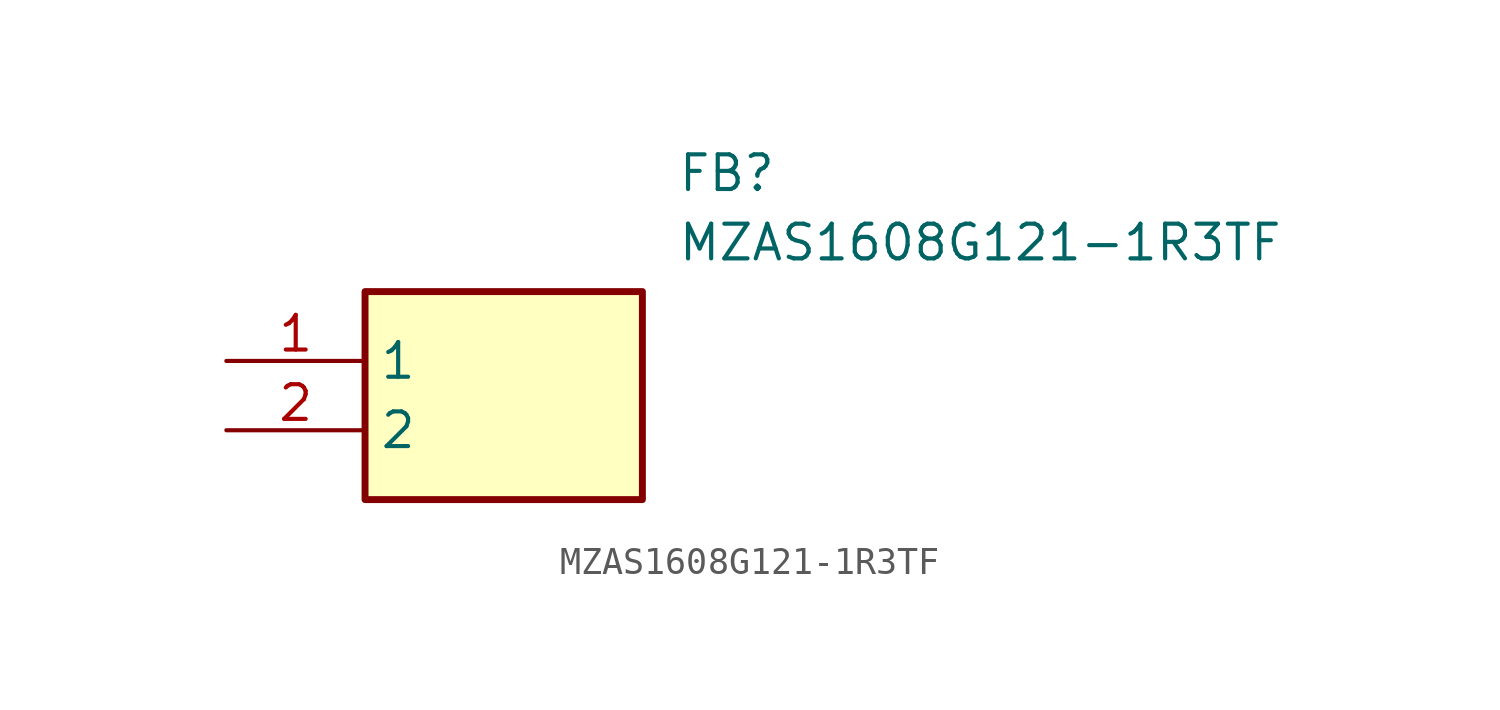
<source format=kicad_sym>
(kicad_symbol_lib
  (version 20211014)
  (generator SamacSys_ECAD_Model)
  (symbol "MZAS1608G121-1R3TF"
    (property "Reference" "FB"
      (at 16.51 7.62 0)
      (effects (font (size 1.27 1.27)) (justify left top)))
    (property "Value" "MZAS1608G121-1R3TF"
      (at 16.51 5.08 0)
      (effects (font (size 1.27 1.27)) (justify left top)))
    (rectangle
      (start 5.08 2.54)
      (end 15.24 -5.08)
      (stroke (width 0.254) (type default))
      (fill (type background)))
    (pin passive line
      (at 0 0 0)
      (length 5.08)
      (name "1" (effects (font (size 1.27 1.27))))
      (number "1" (effects (font (size 1.27 1.27)))))
    (pin passive line
      (at 0 -2.54 0)
      (length 5.08)
      (name "2" (effects (font (size 1.27 1.27))))
      (number "2" (effects (font (size 1.27 1.27)))))))
</source>
